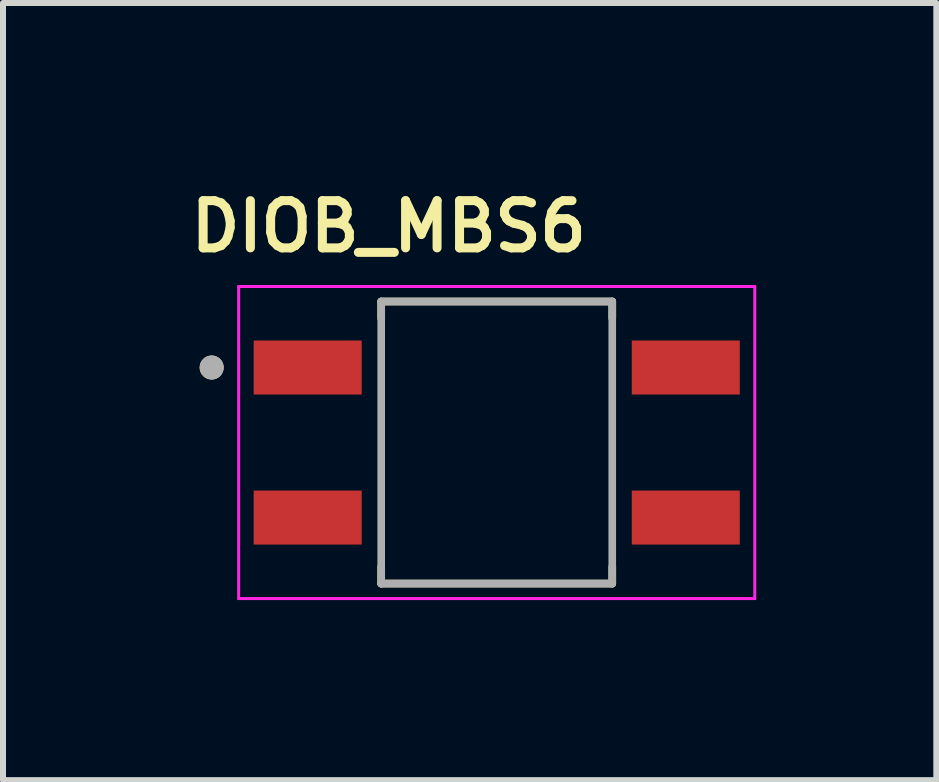
<source format=kicad_pcb>
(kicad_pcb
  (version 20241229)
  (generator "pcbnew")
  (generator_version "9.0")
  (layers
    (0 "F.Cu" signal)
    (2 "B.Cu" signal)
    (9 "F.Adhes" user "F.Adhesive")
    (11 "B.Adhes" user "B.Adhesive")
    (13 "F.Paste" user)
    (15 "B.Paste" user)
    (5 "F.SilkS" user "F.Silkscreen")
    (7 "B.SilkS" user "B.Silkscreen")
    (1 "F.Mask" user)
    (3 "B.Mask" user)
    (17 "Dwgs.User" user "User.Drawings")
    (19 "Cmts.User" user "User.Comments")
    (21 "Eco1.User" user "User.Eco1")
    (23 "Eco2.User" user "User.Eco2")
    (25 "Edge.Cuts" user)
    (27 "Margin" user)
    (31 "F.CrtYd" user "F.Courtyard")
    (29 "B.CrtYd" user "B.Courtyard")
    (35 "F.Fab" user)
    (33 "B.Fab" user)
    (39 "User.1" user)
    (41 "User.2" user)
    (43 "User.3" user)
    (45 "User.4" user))
  (footprint "DIOB_MBS6"
    (layer "F.Cu")
    (at 5.227 4.324)
    (property "Reference" "DIOB_MBS6" (at -1.8 -3.6 0) (layer "F.SilkS") (effects (font (size 0.787 0.787) (thickness 0.15))))
    (attr smd)
    (fp_line (start -1.925 -2.35) (end -1.925 -2.07) (stroke (width 0.127) (type solid)) (layer "F.SilkS"))
    (fp_line (start -1.925 2.35) (end -1.925 2.07) (stroke (width 0.127) (type solid)) (layer "F.SilkS"))
    (fp_line (start -1.925 2.35) (end 1.925 2.35) (stroke (width 0.127) (type solid)) (layer "F.SilkS"))
    (fp_line (start 1.925 -2.35) (end -1.925 -2.35) (stroke (width 0.127) (type solid)) (layer "F.SilkS"))
    (fp_line (start 1.925 -2.07) (end 1.925 -2.35) (stroke (width 0.127) (type solid)) (layer "F.SilkS"))
    (fp_line (start 1.925 2.35) (end 1.925 2.07) (stroke (width 0.127) (type solid)) (layer "F.SilkS"))
    (fp_circle (center -4.75 -1.25) (end -4.65 -1.25) (stroke (width 0.2) (type solid)) (fill no) (layer "F.SilkS"))
    (fp_line (start -4.3 -2.6) (end -4.3 2.6) (stroke (width 0.05) (type solid)) (layer "F.CrtYd"))
    (fp_line (start -4.3 2.6) (end 4.3 2.6) (stroke (width 0.05) (type solid)) (layer "F.CrtYd"))
    (fp_line (start 4.3 -2.6) (end -4.3 -2.6) (stroke (width 0.05) (type solid)) (layer "F.CrtYd"))
    (fp_line (start 4.3 2.6) (end 4.3 -2.6) (stroke (width 0.05) (type solid)) (layer "F.CrtYd"))
    (fp_line (start -1.925 -2.35) (end -1.925 2.35) (stroke (width 0.127) (type solid)) (layer "F.Fab"))
    (fp_line (start -1.925 2.35) (end 1.925 2.35) (stroke (width 0.127) (type solid)) (layer "F.Fab"))
    (fp_line (start 1.925 -2.35) (end -1.925 -2.35) (stroke (width 0.127) (type solid)) (layer "F.Fab"))
    (fp_line (start 1.925 2.35) (end 1.925 -2.35) (stroke (width 0.127) (type solid)) (layer "F.Fab"))
    (fp_circle (center -4.75 -1.25) (end -4.65 -1.25) (stroke (width 0.2) (type solid)) (fill no) (layer "F.Fab"))
    (pad "+" smd rect (at -3.15 -1.25) (size 1.8 0.9) (layers "F.Cu" "F.Mask" "F.Paste"))
    (pad "-" smd rect (at -3.15 1.25) (size 1.8 0.9) (layers "F.Cu" "F.Mask" "F.Paste"))
    (pad "AC1" smd rect (at 3.15 -1.25) (size 1.8 0.9) (layers "F.Cu" "F.Mask" "F.Paste"))
    (pad "AC2" smd rect (at 3.15 1.25) (size 1.8 0.9) (layers "F.Cu" "F.Mask" "F.Paste")))
  (gr_rect
    (start -3 -3)
    (end 12.552 9.949)
    (stroke (width 0.1) (type default))
    (fill no)
    (layer "Edge.Cuts")))
</source>
